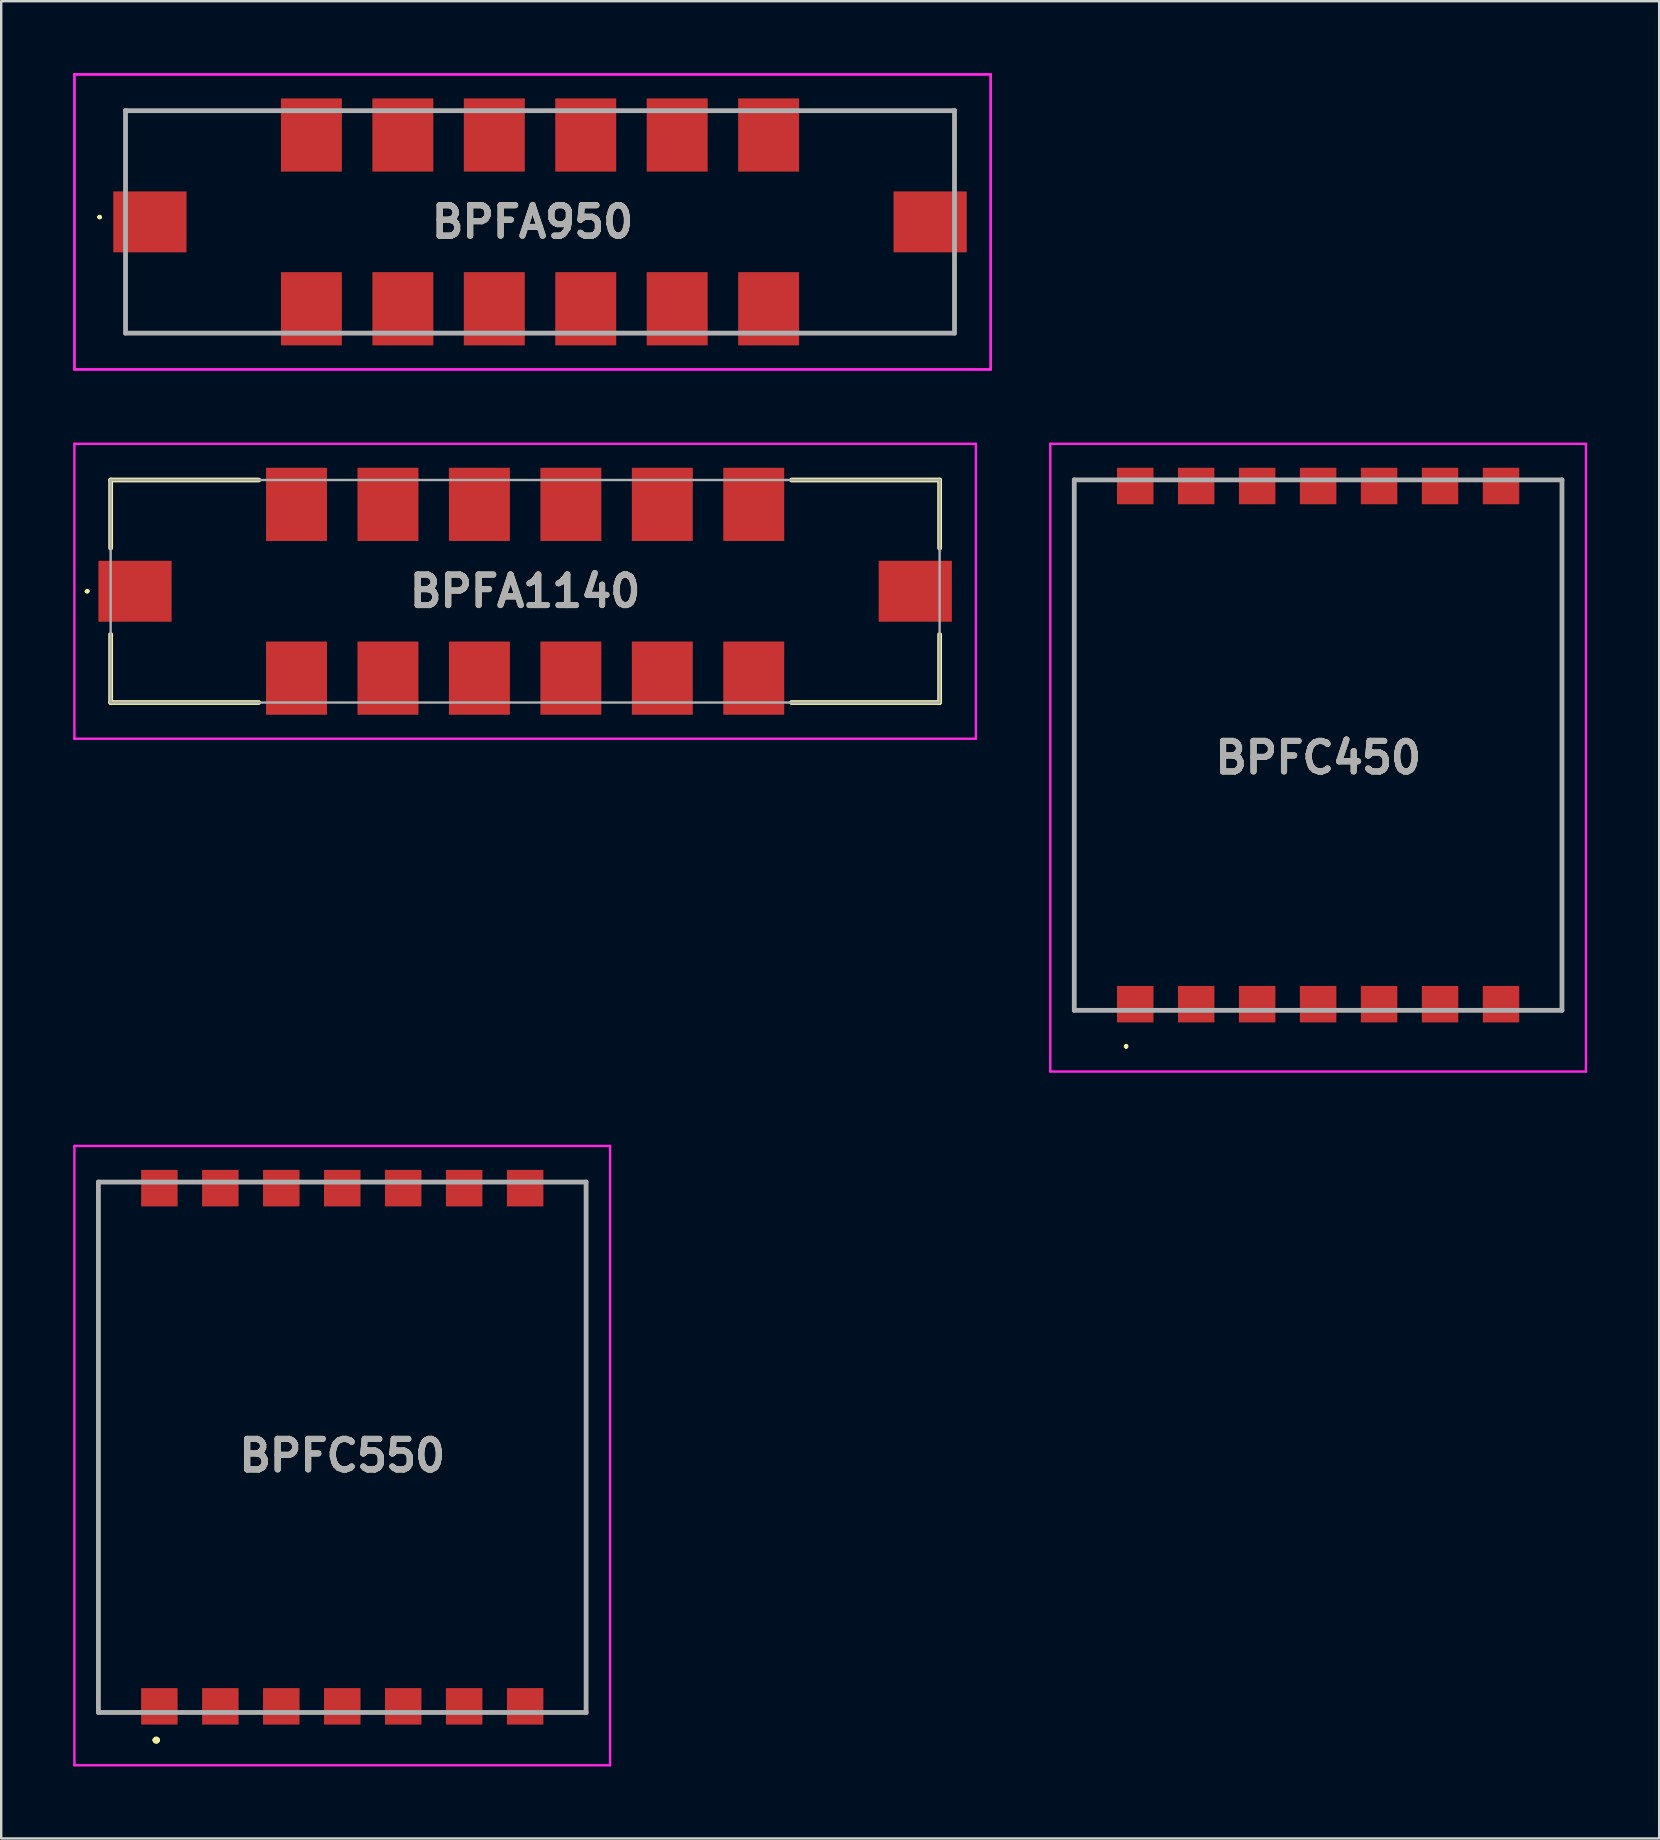
<source format=kicad_pcb>
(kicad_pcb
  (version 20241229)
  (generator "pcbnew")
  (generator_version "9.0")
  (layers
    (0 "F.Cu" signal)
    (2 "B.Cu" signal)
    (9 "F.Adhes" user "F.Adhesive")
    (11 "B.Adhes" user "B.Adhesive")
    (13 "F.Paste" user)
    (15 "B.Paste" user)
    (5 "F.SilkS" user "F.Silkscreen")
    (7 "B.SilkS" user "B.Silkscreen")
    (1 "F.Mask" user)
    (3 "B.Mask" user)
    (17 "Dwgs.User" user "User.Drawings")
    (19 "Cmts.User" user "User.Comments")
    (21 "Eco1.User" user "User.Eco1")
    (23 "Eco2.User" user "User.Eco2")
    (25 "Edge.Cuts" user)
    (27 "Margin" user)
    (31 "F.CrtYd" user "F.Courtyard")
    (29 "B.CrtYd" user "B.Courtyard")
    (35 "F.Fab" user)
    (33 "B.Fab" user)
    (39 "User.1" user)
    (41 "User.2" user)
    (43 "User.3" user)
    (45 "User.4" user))
  (footprint "BPFC450"
    (layer "F.Cu")
    (at 51.87 27.995)
    (property "Reference" "BPFC450" (at 0 0.522 0) (layer "F.SilkS") (effects (font (size 1.27 1.27) (thickness 0.254))))
    (attr smd)
    (fp_line (start -10.16 11) (end -10.16 -11) (stroke (width 0.1) (type solid)) (layer "F.SilkS"))
    (fp_line (start -8 12.5) (end -8 12.5) (stroke (width 0.1) (type solid)) (layer "F.SilkS"))
    (fp_line (start -8 12.6) (end -8 12.6) (stroke (width 0.1) (type solid)) (layer "F.SilkS"))
    (fp_line (start 10.16 11) (end 10.16 -11.05) (stroke (width 0.1) (type solid)) (layer "F.SilkS"))
    (fp_arc (start -8 12.5) (mid -7.95 12.55) (end -8 12.6) (stroke (width 0.1) (type solid)) (layer "F.SilkS"))
    (fp_arc (start -8 12.6) (mid -8.05 12.55) (end -8 12.5) (stroke (width 0.1) (type solid)) (layer "F.SilkS"))
    (fp_line (start -11.16 -12.555) (end 11.16 -12.555) (stroke (width 0.1) (type solid)) (layer "F.CrtYd"))
    (fp_line (start -11.16 13.6) (end -11.16 -12.555) (stroke (width 0.1) (type solid)) (layer "F.CrtYd"))
    (fp_line (start 11.16 -12.555) (end 11.16 13.6) (stroke (width 0.1) (type solid)) (layer "F.CrtYd"))
    (fp_line (start 11.16 13.6) (end -11.16 13.6) (stroke (width 0.1) (type solid)) (layer "F.CrtYd"))
    (fp_line (start -10.16 -11.05) (end 10.16 -11.05) (stroke (width 0.2) (type solid)) (layer "F.Fab"))
    (fp_line (start -10.16 11.05) (end -10.16 -11.05) (stroke (width 0.2) (type solid)) (layer "F.Fab"))
    (fp_line (start 10.16 -11.05) (end 10.16 11.05) (stroke (width 0.2) (type solid)) (layer "F.Fab"))
    (fp_line (start 10.16 11.05) (end -10.16 11.05) (stroke (width 0.2) (type solid)) (layer "F.Fab"))
    (fp_text user "${REFERENCE}" (at 0 0.522 0) (layer "F.Fab") (effects (font (size 1.27 1.27) (thickness 0.254))))
    (pad "1" smd rect (at -7.62 10.795 90) (size 1.52 1.52) (layers "F.Cu" "F.Mask" "F.Paste"))
    (pad "2" smd rect (at -5.08 10.795 90) (size 1.52 1.52) (layers "F.Cu" "F.Mask" "F.Paste"))
    (pad "3" smd rect (at -2.54 10.795 90) (size 1.52 1.52) (layers "F.Cu" "F.Mask" "F.Paste"))
    (pad "4" smd rect (at 0 10.795 90) (size 1.52 1.52) (layers "F.Cu" "F.Mask" "F.Paste"))
    (pad "5" smd rect (at 2.54 10.795 90) (size 1.52 1.52) (layers "F.Cu" "F.Mask" "F.Paste"))
    (pad "6" smd rect (at 5.08 10.795 90) (size 1.52 1.52) (layers "F.Cu" "F.Mask" "F.Paste"))
    (pad "7" smd rect (at 7.62 10.795 90) (size 1.52 1.52) (layers "F.Cu" "F.Mask" "F.Paste"))
    (pad "8" smd rect (at 7.62 -10.795 90) (size 1.52 1.52) (layers "F.Cu" "F.Mask" "F.Paste"))
    (pad "9" smd rect (at 5.08 -10.795 90) (size 1.52 1.52) (layers "F.Cu" "F.Mask" "F.Paste"))
    (pad "10" smd rect (at 2.54 -10.795 90) (size 1.52 1.52) (layers "F.Cu" "F.Mask" "F.Paste"))
    (pad "11" smd rect (at 0 -10.795 90) (size 1.52 1.52) (layers "F.Cu" "F.Mask" "F.Paste"))
    (pad "12" smd rect (at -2.54 -10.795 90) (size 1.52 1.52) (layers "F.Cu" "F.Mask" "F.Paste"))
    (pad "13" smd rect (at -5.08 -10.795 90) (size 1.52 1.52) (layers "F.Cu" "F.Mask" "F.Paste"))
    (pad "14" smd rect (at -7.62 -10.795 90) (size 1.52 1.52) (layers "F.Cu" "F.Mask" "F.Paste")))
  (footprint "BPFC550"
    (layer "F.Cu")
    (at 11.21 57.25)
    (property "Reference" "BPFC550" (at 0 0.348 0) (layer "F.SilkS") (effects (font (size 1.27 1.27) (thickness 0.254))))
    (attr smd)
    (fp_line (start -10.16 -11.05) (end -10.16 -11.05) (stroke (width 0.1) (type solid)) (layer "F.SilkS"))
    (fp_line (start -10.16 -11.05) (end -10.16 -11.05) (stroke (width 0.1) (type solid)) (layer "F.SilkS"))
    (fp_line (start -10.16 -11.05) (end -10.16 11.05) (stroke (width 0.1) (type solid)) (layer "F.SilkS"))
    (fp_line (start -10.16 -11.05) (end -9.25 -11.05) (stroke (width 0.1) (type solid)) (layer "F.SilkS"))
    (fp_line (start -10.16 11.05) (end -10.16 -11.05) (stroke (width 0.1) (type solid)) (layer "F.SilkS"))
    (fp_line (start -10.16 11.05) (end -10.16 11.05) (stroke (width 0.1) (type solid)) (layer "F.SilkS"))
    (fp_line (start -10.16 11.05) (end -10.16 11.05) (stroke (width 0.1) (type solid)) (layer "F.SilkS"))
    (fp_line (start -10.16 11.05) (end -9.5 11.05) (stroke (width 0.1) (type solid)) (layer "F.SilkS"))
    (fp_line (start -9.5 11.05) (end -10.16 11.05) (stroke (width 0.1) (type solid)) (layer "F.SilkS"))
    (fp_line (start -9.5 11.05) (end -9.5 11.05) (stroke (width 0.1) (type solid)) (layer "F.SilkS"))
    (fp_line (start -9.25 -11.05) (end -10.16 -11.05) (stroke (width 0.1) (type solid)) (layer "F.SilkS"))
    (fp_line (start -9.25 -11.05) (end -9.25 -11.05) (stroke (width 0.1) (type solid)) (layer "F.SilkS"))
    (fp_line (start -7.8 12.2) (end -7.8 12.2) (stroke (width 0.2) (type solid)) (layer "F.SilkS"))
    (fp_line (start -7.8 12.2) (end -7.8 12.2) (stroke (width 0.2) (type solid)) (layer "F.SilkS"))
    (fp_line (start -7.7 12.2) (end -7.7 12.2) (stroke (width 0.2) (type solid)) (layer "F.SilkS"))
    (fp_line (start 9 -11.05) (end 9 -11.05) (stroke (width 0.1) (type solid)) (layer "F.SilkS"))
    (fp_line (start 9 -11.05) (end 10.16 -11.05) (stroke (width 0.1) (type solid)) (layer "F.SilkS"))
    (fp_line (start 9 11.05) (end 9 11.05) (stroke (width 0.1) (type solid)) (layer "F.SilkS"))
    (fp_line (start 9 11.05) (end 10.16 11.05) (stroke (width 0.1) (type solid)) (layer "F.SilkS"))
    (fp_line (start 10.16 -11.05) (end 9 -11.05) (stroke (width 0.1) (type solid)) (layer "F.SilkS"))
    (fp_line (start 10.16 -11.05) (end 10.16 -11.05) (stroke (width 0.1) (type solid)) (layer "F.SilkS"))
    (fp_line (start 10.16 -11.05) (end 10.16 -11.05) (stroke (width 0.1) (type solid)) (layer "F.SilkS"))
    (fp_line (start 10.16 -11.05) (end 10.16 11.05) (stroke (width 0.1) (type solid)) (layer "F.SilkS"))
    (fp_line (start 10.16 11.05) (end 9 11.05) (stroke (width 0.1) (type solid)) (layer "F.SilkS"))
    (fp_line (start 10.16 11.05) (end 10.16 -11.05) (stroke (width 0.1) (type solid)) (layer "F.SilkS"))
    (fp_line (start 10.16 11.05) (end 10.16 11.05) (stroke (width 0.1) (type solid)) (layer "F.SilkS"))
    (fp_line (start 10.16 11.05) (end 10.16 11.05) (stroke (width 0.1) (type solid)) (layer "F.SilkS"))
    (fp_arc (start -7.8 12.2) (mid -7.75 12.15) (end -7.7 12.2) (stroke (width 0.2) (type solid)) (layer "F.SilkS"))
    (fp_arc (start -7.7 12.2) (mid -7.75 12.25) (end -7.8 12.2) (stroke (width 0.2) (type solid)) (layer "F.SilkS"))
    (fp_arc (start -7.7 12.2) (mid -7.75 12.25) (end -7.8 12.2) (stroke (width 0.2) (type solid)) (layer "F.SilkS"))
    (fp_line (start -11.16 -12.555) (end 11.16 -12.555) (stroke (width 0.1) (type solid)) (layer "F.CrtYd"))
    (fp_line (start -11.16 13.25) (end -11.16 -12.555) (stroke (width 0.1) (type solid)) (layer "F.CrtYd"))
    (fp_line (start 11.16 -12.555) (end 11.16 13.25) (stroke (width 0.1) (type solid)) (layer "F.CrtYd"))
    (fp_line (start 11.16 13.25) (end -11.16 13.25) (stroke (width 0.1) (type solid)) (layer "F.CrtYd"))
    (fp_line (start -10.16 -11.05) (end -10.16 11.05) (stroke (width 0.2) (type solid)) (layer "F.Fab"))
    (fp_line (start -10.16 11.05) (end 10.16 11.05) (stroke (width 0.2) (type solid)) (layer "F.Fab"))
    (fp_line (start 10.16 -11.05) (end -10.16 -11.05) (stroke (width 0.2) (type solid)) (layer "F.Fab"))
    (fp_line (start 10.16 11.05) (end 10.16 -11.05) (stroke (width 0.2) (type solid)) (layer "F.Fab"))
    (fp_text user "${REFERENCE}" (at 0 0.348 0) (layer "F.Fab") (effects (font (size 1.27 1.27) (thickness 0.254))))
    (pad "1" smd rect (at -7.62 10.795 90) (size 1.52 1.52) (layers "F.Cu" "F.Mask" "F.Paste"))
    (pad "2" smd rect (at -5.08 10.795 90) (size 1.52 1.52) (layers "F.Cu" "F.Mask" "F.Paste"))
    (pad "3" smd rect (at -2.54 10.795 90) (size 1.52 1.52) (layers "F.Cu" "F.Mask" "F.Paste"))
    (pad "4" smd rect (at 0 10.795 90) (size 1.52 1.52) (layers "F.Cu" "F.Mask" "F.Paste"))
    (pad "5" smd rect (at 2.54 10.795 90) (size 1.52 1.52) (layers "F.Cu" "F.Mask" "F.Paste"))
    (pad "6" smd rect (at 5.08 10.795 90) (size 1.52 1.52) (layers "F.Cu" "F.Mask" "F.Paste"))
    (pad "7" smd rect (at 7.62 10.795 90) (size 1.52 1.52) (layers "F.Cu" "F.Mask" "F.Paste"))
    (pad "8" smd rect (at 7.62 -10.795 90) (size 1.52 1.52) (layers "F.Cu" "F.Mask" "F.Paste"))
    (pad "9" smd rect (at 5.08 -10.795 90) (size 1.52 1.52) (layers "F.Cu" "F.Mask" "F.Paste"))
    (pad "10" smd rect (at 2.54 -10.795 90) (size 1.52 1.52) (layers "F.Cu" "F.Mask" "F.Paste"))
    (pad "11" smd rect (at 0 -10.795 90) (size 1.52 1.52) (layers "F.Cu" "F.Mask" "F.Paste"))
    (pad "12" smd rect (at -2.54 -10.795 90) (size 1.52 1.52) (layers "F.Cu" "F.Mask" "F.Paste"))
    (pad "13" smd rect (at -5.08 -10.795 90) (size 1.52 1.52) (layers "F.Cu" "F.Mask" "F.Paste"))
    (pad "14" smd rect (at -7.62 -10.795 90) (size 1.52 1.52) (layers "F.Cu" "F.Mask" "F.Paste")))
  (footprint "BPFA1140"
    (layer "F.Cu")
    (at 18.83 21.585)
    (property "Reference" "BPFA1140" (at 0 0 0) (layer "F.SilkS") (effects (font (size 1.27 1.27) (thickness 0.254))))
    (attr smd)
    (fp_line (start -18.3 0) (end -18.3 0) (stroke (width 0.1) (type solid)) (layer "F.SilkS"))
    (fp_line (start -18.2 0) (end -18.2 0) (stroke (width 0.1) (type solid)) (layer "F.SilkS"))
    (fp_line (start -17.27 -4.635) (end -17.27 -1.8) (stroke (width 0.2) (type solid)) (layer "F.SilkS"))
    (fp_line (start -17.27 1.8) (end -17.27 4.635) (stroke (width 0.2) (type solid)) (layer "F.SilkS"))
    (fp_line (start -17.27 4.635) (end -11.1 4.635) (stroke (width 0.2) (type solid)) (layer "F.SilkS"))
    (fp_line (start -11.1 -4.635) (end -17.27 -4.635) (stroke (width 0.2) (type solid)) (layer "F.SilkS"))
    (fp_line (start 11.1 -4.635) (end 17.27 -4.635) (stroke (width 0.2) (type solid)) (layer "F.SilkS"))
    (fp_line (start 11.1 4.635) (end 17.27 4.635) (stroke (width 0.2) (type solid)) (layer "F.SilkS"))
    (fp_line (start 17.27 -4.635) (end 17.27 -1.8) (stroke (width 0.2) (type solid)) (layer "F.SilkS"))
    (fp_line (start 17.27 4.635) (end 17.27 1.8) (stroke (width 0.2) (type solid)) (layer "F.SilkS"))
    (fp_arc (start -18.3 0) (mid -18.25 -0.05) (end -18.2 0) (stroke (width 0.1) (type solid)) (layer "F.SilkS"))
    (fp_arc (start -18.2 0) (mid -18.25 0.05) (end -18.3 0) (stroke (width 0.1) (type solid)) (layer "F.SilkS"))
    (fp_line (start -18.78 -6.145) (end 18.78 -6.145) (stroke (width 0.1) (type solid)) (layer "F.CrtYd"))
    (fp_line (start -18.78 6.145) (end -18.78 -6.145) (stroke (width 0.1) (type solid)) (layer "F.CrtYd"))
    (fp_line (start 18.78 -6.145) (end 18.78 6.145) (stroke (width 0.1) (type solid)) (layer "F.CrtYd"))
    (fp_line (start 18.78 6.145) (end -18.78 6.145) (stroke (width 0.1) (type solid)) (layer "F.CrtYd"))
    (fp_line (start -17.27 -4.635) (end 17.27 -4.635) (stroke (width 0.1) (type solid)) (layer "F.Fab"))
    (fp_line (start -17.27 4.635) (end -17.27 -4.635) (stroke (width 0.1) (type solid)) (layer "F.Fab"))
    (fp_line (start 17.27 -4.635) (end 17.27 4.635) (stroke (width 0.1) (type solid)) (layer "F.Fab"))
    (fp_line (start 17.27 4.635) (end -17.27 4.635) (stroke (width 0.1) (type solid)) (layer "F.Fab"))
    (fp_text user "${REFERENCE}" (at 0 0 0) (layer "F.Fab") (effects (font (size 1.27 1.27) (thickness 0.254))))
    (pad "1" smd rect (at -16.255 0 90) (size 2.54 3.05) (layers "F.Cu" "F.Mask" "F.Paste"))
    (pad "2" smd rect (at -9.525 3.62) (size 2.54 3.05) (layers "F.Cu" "F.Mask" "F.Paste"))
    (pad "3" smd rect (at -5.715 3.62) (size 2.54 3.05) (layers "F.Cu" "F.Mask" "F.Paste"))
    (pad "4" smd rect (at -1.905 3.62) (size 2.54 3.05) (layers "F.Cu" "F.Mask" "F.Paste"))
    (pad "5" smd rect (at 1.905 3.62) (size 2.54 3.05) (layers "F.Cu" "F.Mask" "F.Paste"))
    (pad "6" smd rect (at 5.715 3.62) (size 2.54 3.05) (layers "F.Cu" "F.Mask" "F.Paste"))
    (pad "7" smd rect (at 9.525 3.62) (size 2.54 3.05) (layers "F.Cu" "F.Mask" "F.Paste"))
    (pad "8" smd rect (at 16.255 0 90) (size 2.54 3.05) (layers "F.Cu" "F.Mask" "F.Paste"))
    (pad "9" smd rect (at 9.525 -3.62) (size 2.54 3.05) (layers "F.Cu" "F.Mask" "F.Paste"))
    (pad "10" smd rect (at 5.715 -3.62) (size 2.54 3.05) (layers "F.Cu" "F.Mask" "F.Paste"))
    (pad "11" smd rect (at 1.905 -3.62) (size 2.54 3.05) (layers "F.Cu" "F.Mask" "F.Paste"))
    (pad "12" smd rect (at -1.905 -3.62) (size 2.54 3.05) (layers "F.Cu" "F.Mask" "F.Paste"))
    (pad "13" smd rect (at -5.715 -3.62) (size 2.54 3.05) (layers "F.Cu" "F.Mask" "F.Paste"))
    (pad "14" smd rect (at -9.525 -3.62) (size 2.54 3.05) (layers "F.Cu" "F.Mask" "F.Paste")))
  (footprint "BPFA950"
    (layer "F.Cu")
    (at 19.45 6.195)
    (property "Reference" "BPFA950" (at -0.31 0 0) (layer "F.SilkS") (effects (font (size 1.27 1.27) (thickness 0.254))))
    (attr smd)
    (fp_line (start -18.4 -0.2) (end -18.4 -0.2) (stroke (width 0.1) (type solid)) (layer "F.SilkS"))
    (fp_line (start -18.3 -0.2) (end -18.3 -0.2) (stroke (width 0.1) (type solid)) (layer "F.SilkS"))
    (fp_line (start -17.27 -4.635) (end -17.27 -1.6) (stroke (width 0.1) (type solid)) (layer "F.SilkS"))
    (fp_line (start -17.27 1.6) (end -17.27 4.635) (stroke (width 0.1) (type solid)) (layer "F.SilkS"))
    (fp_line (start -17.27 4.635) (end -11 4.635) (stroke (width 0.1) (type solid)) (layer "F.SilkS"))
    (fp_line (start -11 -4.635) (end -17.27 -4.635) (stroke (width 0.1) (type solid)) (layer "F.SilkS"))
    (fp_line (start 11 -4.635) (end 17.27 -4.635) (stroke (width 0.1) (type solid)) (layer "F.SilkS"))
    (fp_line (start 17.27 -4.635) (end 17.27 -1.6) (stroke (width 0.1) (type solid)) (layer "F.SilkS"))
    (fp_line (start 17.27 1.6) (end 17.27 4.635) (stroke (width 0.1) (type solid)) (layer "F.SilkS"))
    (fp_line (start 17.27 4.635) (end 11 4.635) (stroke (width 0.1) (type solid)) (layer "F.SilkS"))
    (fp_arc (start -18.4 -0.2) (mid -18.35 -0.25) (end -18.3 -0.2) (stroke (width 0.1) (type solid)) (layer "F.SilkS"))
    (fp_arc (start -18.3 -0.2) (mid -18.35 -0.15) (end -18.4 -0.2) (stroke (width 0.1) (type solid)) (layer "F.SilkS"))
    (fp_line (start -19.4 -6.145) (end 18.78 -6.145) (stroke (width 0.1) (type solid)) (layer "F.CrtYd"))
    (fp_line (start -19.4 -6.145) (end 18.78 -6.145) (stroke (width 0.1) (type solid)) (layer "F.CrtYd"))
    (fp_line (start -19.4 6.145) (end -19.4 -6.145) (stroke (width 0.1) (type solid)) (layer "F.CrtYd"))
    (fp_line (start -19.4 6.145) (end -19.4 -6.145) (stroke (width 0.1) (type solid)) (layer "F.CrtYd"))
    (fp_line (start 18.78 -6.145) (end 18.78 6.145) (stroke (width 0.1) (type solid)) (layer "F.CrtYd"))
    (fp_line (start 18.78 -6.145) (end 18.78 6.145) (stroke (width 0.1) (type solid)) (layer "F.CrtYd"))
    (fp_line (start 18.78 6.145) (end -19.4 6.145) (stroke (width 0.1) (type solid)) (layer "F.CrtYd"))
    (fp_line (start 18.78 6.145) (end -19.4 6.145) (stroke (width 0.1) (type solid)) (layer "F.CrtYd"))
    (fp_line (start -17.27 -4.635) (end 17.27 -4.635) (stroke (width 0.2) (type solid)) (layer "F.Fab"))
    (fp_line (start -17.27 4.635) (end -17.27 -4.635) (stroke (width 0.2) (type solid)) (layer "F.Fab"))
    (fp_line (start 17.27 -4.635) (end 17.27 4.635) (stroke (width 0.2) (type solid)) (layer "F.Fab"))
    (fp_line (start 17.27 4.635) (end -17.27 4.635) (stroke (width 0.2) (type solid)) (layer "F.Fab"))
    (fp_text user "${REFERENCE}" (at -0.31 0 0) (layer "F.Fab") (effects (font (size 1.27 1.27) (thickness 0.254))))
    (pad "1" smd rect (at -16.255 0 90) (size 2.54 3.05) (layers "F.Cu" "F.Mask" "F.Paste"))
    (pad "2" smd rect (at -9.525 3.62) (size 2.54 3.05) (layers "F.Cu" "F.Mask" "F.Paste"))
    (pad "3" smd rect (at -5.715 3.62) (size 2.54 3.05) (layers "F.Cu" "F.Mask" "F.Paste"))
    (pad "4" smd rect (at -1.905 3.62) (size 2.54 3.05) (layers "F.Cu" "F.Mask" "F.Paste"))
    (pad "5" smd rect (at 1.905 3.62) (size 2.54 3.05) (layers "F.Cu" "F.Mask" "F.Paste"))
    (pad "6" smd rect (at 5.715 3.62) (size 2.54 3.05) (layers "F.Cu" "F.Mask" "F.Paste"))
    (pad "7" smd rect (at 9.525 3.62) (size 2.54 3.05) (layers "F.Cu" "F.Mask" "F.Paste"))
    (pad "8" smd rect (at 16.255 0 90) (size 2.54 3.05) (layers "F.Cu" "F.Mask" "F.Paste"))
    (pad "9" smd rect (at 9.525 -3.62) (size 2.54 3.05) (layers "F.Cu" "F.Mask" "F.Paste"))
    (pad "10" smd rect (at 5.715 -3.62) (size 2.54 3.05) (layers "F.Cu" "F.Mask" "F.Paste"))
    (pad "11" smd rect (at 1.905 -3.62) (size 2.54 3.05) (layers "F.Cu" "F.Mask" "F.Paste"))
    (pad "12" smd rect (at -1.905 -3.62) (size 2.54 3.05) (layers "F.Cu" "F.Mask" "F.Paste"))
    (pad "13" smd rect (at -5.715 -3.62) (size 2.54 3.05) (layers "F.Cu" "F.Mask" "F.Paste"))
    (pad "14" smd rect (at -9.525 -3.62) (size 2.54 3.05) (layers "F.Cu" "F.Mask" "F.Paste")))
  (gr_rect
    (start -3 -3)
    (end 66.08 73.55)
    (stroke (width 0.1) (type default))
    (fill no)
    (layer "Edge.Cuts")))
</source>
